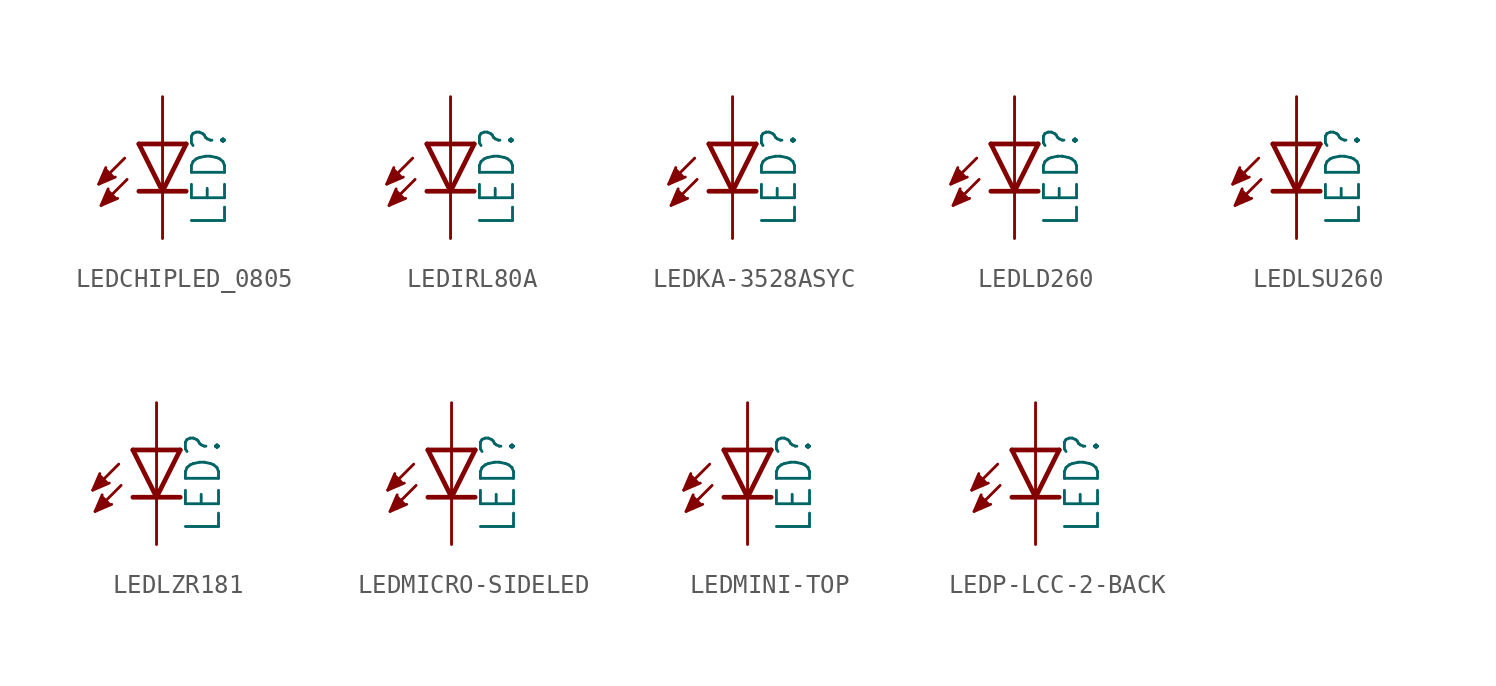
<source format=kicad_sym>
(kicad_symbol_lib
  (version 20231120)
  (generator "kicad_symbol_editor")
  (generator_version "8.0")
  (symbol "LEDCHIPLED_0805"
    (property "Reference" "LED"
      (at 3.556 -4.572 90)
      (effects (font (size 1.778 1.511)) (justify left bottom)))
    (property "Value" ""
      (at 5.715 -4.572 90)
      (effects (font (size 1.778 1.511)) (justify left bottom)))
    (property "ki_locked" ""
      (at 0 0 0)
      (effects (font (size 1.27 1.27))))
    (symbol "LEDCHIPLED_0805_1_0"
      (polyline (pts (xy -2.032 -0.762) (xy -3.429 -2.159)) (stroke (width 0.152) (type solid)) (fill (type none)))
      (polyline (pts (xy -1.905 -1.905) (xy -3.302 -3.302)) (stroke (width 0.152) (type solid)) (fill (type none)))
      (polyline (pts (xy 0 -2.54) (xy -1.27 -2.54)) (stroke (width 0.254) (type solid)) (fill (type none)))
      (polyline (pts (xy 0 -2.54) (xy -1.27 0)) (stroke (width 0.254) (type solid)) (fill (type none)))
      (polyline (pts (xy 0 0) (xy -1.27 0)) (stroke (width 0.254) (type solid)) (fill (type none)))
      (polyline (pts (xy 0 0) (xy 0 -2.54)) (stroke (width 0.152) (type solid)) (fill (type none)))
      (polyline (pts (xy 1.27 -2.54) (xy 0 -2.54)) (stroke (width 0.254) (type solid)) (fill (type none)))
      (polyline (pts (xy 1.27 0) (xy 0 -2.54)) (stroke (width 0.254) (type solid)) (fill (type none)))
      (polyline (pts (xy 1.27 0) (xy 0 0)) (stroke (width 0.254) (type solid)) (fill (type none)))
      (polyline (pts (xy -3.048 -1.27) (xy -3.429 -2.159) (xy -2.54 -1.778)) (stroke (width 0.152) (type solid)) (fill (type outline)))
      (polyline (pts (xy -2.921 -2.413) (xy -3.302 -3.302) (xy -2.413 -2.921)) (stroke (width 0.152) (type solid)) (fill (type outline)))
      (pin passive line (at 0 2.54 270) (length 2.54) (name "A" (effects (font (size 0 0)))) (number "A" (effects (font (size 0 0)))))
      (pin passive line (at 0 -5.08 90) (length 2.54) (name "C" (effects (font (size 0 0)))) (number "C" (effects (font (size 0 0)))))))
  (symbol "LEDIRL80A"
    (property "Reference" "LED"
      (at 3.556 -4.572 90)
      (effects (font (size 1.778 1.511)) (justify left bottom)))
    (property "Value" ""
      (at 5.715 -4.572 90)
      (effects (font (size 1.778 1.511)) (justify left bottom)))
    (property "ki_locked" ""
      (at 0 0 0)
      (effects (font (size 1.27 1.27))))
    (symbol "LEDIRL80A_1_0"
      (polyline (pts (xy -2.032 -0.762) (xy -3.429 -2.159)) (stroke (width 0.152) (type solid)) (fill (type none)))
      (polyline (pts (xy -1.905 -1.905) (xy -3.302 -3.302)) (stroke (width 0.152) (type solid)) (fill (type none)))
      (polyline (pts (xy 0 -2.54) (xy -1.27 -2.54)) (stroke (width 0.254) (type solid)) (fill (type none)))
      (polyline (pts (xy 0 -2.54) (xy -1.27 0)) (stroke (width 0.254) (type solid)) (fill (type none)))
      (polyline (pts (xy 0 0) (xy -1.27 0)) (stroke (width 0.254) (type solid)) (fill (type none)))
      (polyline (pts (xy 0 0) (xy 0 -2.54)) (stroke (width 0.152) (type solid)) (fill (type none)))
      (polyline (pts (xy 1.27 -2.54) (xy 0 -2.54)) (stroke (width 0.254) (type solid)) (fill (type none)))
      (polyline (pts (xy 1.27 0) (xy 0 -2.54)) (stroke (width 0.254) (type solid)) (fill (type none)))
      (polyline (pts (xy 1.27 0) (xy 0 0)) (stroke (width 0.254) (type solid)) (fill (type none)))
      (polyline (pts (xy -3.048 -1.27) (xy -3.429 -2.159) (xy -2.54 -1.778)) (stroke (width 0.152) (type solid)) (fill (type outline)))
      (polyline (pts (xy -2.921 -2.413) (xy -3.302 -3.302) (xy -2.413 -2.921)) (stroke (width 0.152) (type solid)) (fill (type outline)))
      (pin passive line (at 0 2.54 270) (length 2.54) (name "A" (effects (font (size 0 0)))) (number "A" (effects (font (size 0 0)))))
      (pin passive line (at 0 -5.08 90) (length 2.54) (name "C" (effects (font (size 0 0)))) (number "K" (effects (font (size 0 0)))))))
  (symbol "LEDKA-3528ASYC"
    (property "Reference" "LED"
      (at 3.556 -4.572 90)
      (effects (font (size 1.778 1.511)) (justify left bottom)))
    (property "Value" ""
      (at 5.715 -4.572 90)
      (effects (font (size 1.778 1.511)) (justify left bottom)))
    (property "ki_locked" ""
      (at 0 0 0)
      (effects (font (size 1.27 1.27))))
    (symbol "LEDKA-3528ASYC_1_0"
      (polyline (pts (xy -2.032 -0.762) (xy -3.429 -2.159)) (stroke (width 0.152) (type solid)) (fill (type none)))
      (polyline (pts (xy -1.905 -1.905) (xy -3.302 -3.302)) (stroke (width 0.152) (type solid)) (fill (type none)))
      (polyline (pts (xy 0 -2.54) (xy -1.27 -2.54)) (stroke (width 0.254) (type solid)) (fill (type none)))
      (polyline (pts (xy 0 -2.54) (xy -1.27 0)) (stroke (width 0.254) (type solid)) (fill (type none)))
      (polyline (pts (xy 0 0) (xy -1.27 0)) (stroke (width 0.254) (type solid)) (fill (type none)))
      (polyline (pts (xy 0 0) (xy 0 -2.54)) (stroke (width 0.152) (type solid)) (fill (type none)))
      (polyline (pts (xy 1.27 -2.54) (xy 0 -2.54)) (stroke (width 0.254) (type solid)) (fill (type none)))
      (polyline (pts (xy 1.27 0) (xy 0 -2.54)) (stroke (width 0.254) (type solid)) (fill (type none)))
      (polyline (pts (xy 1.27 0) (xy 0 0)) (stroke (width 0.254) (type solid)) (fill (type none)))
      (polyline (pts (xy -3.048 -1.27) (xy -3.429 -2.159) (xy -2.54 -1.778)) (stroke (width 0.152) (type solid)) (fill (type outline)))
      (polyline (pts (xy -2.921 -2.413) (xy -3.302 -3.302) (xy -2.413 -2.921)) (stroke (width 0.152) (type solid)) (fill (type outline)))
      (pin passive line (at 0 2.54 270) (length 2.54) (name "A" (effects (font (size 0 0)))) (number "A" (effects (font (size 0 0)))))
      (pin passive line (at 0 -5.08 90) (length 2.54) (name "C" (effects (font (size 0 0)))) (number "C" (effects (font (size 0 0)))))))
  (symbol "LEDLD260"
    (property "Reference" "LED"
      (at 3.556 -4.572 90)
      (effects (font (size 1.778 1.511)) (justify left bottom)))
    (property "Value" ""
      (at 5.715 -4.572 90)
      (effects (font (size 1.778 1.511)) (justify left bottom)))
    (property "ki_locked" ""
      (at 0 0 0)
      (effects (font (size 1.27 1.27))))
    (symbol "LEDLD260_1_0"
      (polyline (pts (xy -2.032 -0.762) (xy -3.429 -2.159)) (stroke (width 0.152) (type solid)) (fill (type none)))
      (polyline (pts (xy -1.905 -1.905) (xy -3.302 -3.302)) (stroke (width 0.152) (type solid)) (fill (type none)))
      (polyline (pts (xy 0 -2.54) (xy -1.27 -2.54)) (stroke (width 0.254) (type solid)) (fill (type none)))
      (polyline (pts (xy 0 -2.54) (xy -1.27 0)) (stroke (width 0.254) (type solid)) (fill (type none)))
      (polyline (pts (xy 0 0) (xy -1.27 0)) (stroke (width 0.254) (type solid)) (fill (type none)))
      (polyline (pts (xy 0 0) (xy 0 -2.54)) (stroke (width 0.152) (type solid)) (fill (type none)))
      (polyline (pts (xy 1.27 -2.54) (xy 0 -2.54)) (stroke (width 0.254) (type solid)) (fill (type none)))
      (polyline (pts (xy 1.27 0) (xy 0 -2.54)) (stroke (width 0.254) (type solid)) (fill (type none)))
      (polyline (pts (xy 1.27 0) (xy 0 0)) (stroke (width 0.254) (type solid)) (fill (type none)))
      (polyline (pts (xy -3.048 -1.27) (xy -3.429 -2.159) (xy -2.54 -1.778)) (stroke (width 0.152) (type solid)) (fill (type outline)))
      (polyline (pts (xy -2.921 -2.413) (xy -3.302 -3.302) (xy -2.413 -2.921)) (stroke (width 0.152) (type solid)) (fill (type outline)))
      (pin passive line (at 0 2.54 270) (length 2.54) (name "A" (effects (font (size 0 0)))) (number "A" (effects (font (size 0 0)))))
      (pin passive line (at 0 -5.08 90) (length 2.54) (name "C" (effects (font (size 0 0)))) (number "K" (effects (font (size 0 0)))))))
  (symbol "LEDLSU260"
    (property "Reference" "LED"
      (at 3.556 -4.572 90)
      (effects (font (size 1.778 1.511)) (justify left bottom)))
    (property "Value" ""
      (at 5.715 -4.572 90)
      (effects (font (size 1.778 1.511)) (justify left bottom)))
    (property "ki_locked" ""
      (at 0 0 0)
      (effects (font (size 1.27 1.27))))
    (symbol "LEDLSU260_1_0"
      (polyline (pts (xy -2.032 -0.762) (xy -3.429 -2.159)) (stroke (width 0.152) (type solid)) (fill (type none)))
      (polyline (pts (xy -1.905 -1.905) (xy -3.302 -3.302)) (stroke (width 0.152) (type solid)) (fill (type none)))
      (polyline (pts (xy 0 -2.54) (xy -1.27 -2.54)) (stroke (width 0.254) (type solid)) (fill (type none)))
      (polyline (pts (xy 0 -2.54) (xy -1.27 0)) (stroke (width 0.254) (type solid)) (fill (type none)))
      (polyline (pts (xy 0 0) (xy -1.27 0)) (stroke (width 0.254) (type solid)) (fill (type none)))
      (polyline (pts (xy 0 0) (xy 0 -2.54)) (stroke (width 0.152) (type solid)) (fill (type none)))
      (polyline (pts (xy 1.27 -2.54) (xy 0 -2.54)) (stroke (width 0.254) (type solid)) (fill (type none)))
      (polyline (pts (xy 1.27 0) (xy 0 -2.54)) (stroke (width 0.254) (type solid)) (fill (type none)))
      (polyline (pts (xy 1.27 0) (xy 0 0)) (stroke (width 0.254) (type solid)) (fill (type none)))
      (polyline (pts (xy -3.048 -1.27) (xy -3.429 -2.159) (xy -2.54 -1.778)) (stroke (width 0.152) (type solid)) (fill (type outline)))
      (polyline (pts (xy -2.921 -2.413) (xy -3.302 -3.302) (xy -2.413 -2.921)) (stroke (width 0.152) (type solid)) (fill (type outline)))
      (pin passive line (at 0 2.54 270) (length 2.54) (name "A" (effects (font (size 0 0)))) (number "A" (effects (font (size 0 0)))))
      (pin passive line (at 0 -5.08 90) (length 2.54) (name "C" (effects (font (size 0 0)))) (number "K" (effects (font (size 0 0)))))))
  (symbol "LEDLZR181"
    (property "Reference" "LED"
      (at 3.556 -4.572 90)
      (effects (font (size 1.778 1.511)) (justify left bottom)))
    (property "Value" ""
      (at 5.715 -4.572 90)
      (effects (font (size 1.778 1.511)) (justify left bottom)))
    (property "ki_locked" ""
      (at 0 0 0)
      (effects (font (size 1.27 1.27))))
    (symbol "LEDLZR181_1_0"
      (polyline (pts (xy -2.032 -0.762) (xy -3.429 -2.159)) (stroke (width 0.152) (type solid)) (fill (type none)))
      (polyline (pts (xy -1.905 -1.905) (xy -3.302 -3.302)) (stroke (width 0.152) (type solid)) (fill (type none)))
      (polyline (pts (xy 0 -2.54) (xy -1.27 -2.54)) (stroke (width 0.254) (type solid)) (fill (type none)))
      (polyline (pts (xy 0 -2.54) (xy -1.27 0)) (stroke (width 0.254) (type solid)) (fill (type none)))
      (polyline (pts (xy 0 0) (xy -1.27 0)) (stroke (width 0.254) (type solid)) (fill (type none)))
      (polyline (pts (xy 0 0) (xy 0 -2.54)) (stroke (width 0.152) (type solid)) (fill (type none)))
      (polyline (pts (xy 1.27 -2.54) (xy 0 -2.54)) (stroke (width 0.254) (type solid)) (fill (type none)))
      (polyline (pts (xy 1.27 0) (xy 0 -2.54)) (stroke (width 0.254) (type solid)) (fill (type none)))
      (polyline (pts (xy 1.27 0) (xy 0 0)) (stroke (width 0.254) (type solid)) (fill (type none)))
      (polyline (pts (xy -3.048 -1.27) (xy -3.429 -2.159) (xy -2.54 -1.778)) (stroke (width 0.152) (type solid)) (fill (type outline)))
      (polyline (pts (xy -2.921 -2.413) (xy -3.302 -3.302) (xy -2.413 -2.921)) (stroke (width 0.152) (type solid)) (fill (type outline)))
      (pin passive line (at 0 2.54 270) (length 2.54) (name "A" (effects (font (size 0 0)))) (number "A" (effects (font (size 0 0)))))
      (pin passive line (at 0 -5.08 90) (length 2.54) (name "C" (effects (font (size 0 0)))) (number "K" (effects (font (size 0 0)))))))
  (symbol "LEDMICRO-SIDELED"
    (property "Reference" "LED"
      (at 3.556 -4.572 90)
      (effects (font (size 1.778 1.511)) (justify left bottom)))
    (property "Value" ""
      (at 5.715 -4.572 90)
      (effects (font (size 1.778 1.511)) (justify left bottom)))
    (property "ki_locked" ""
      (at 0 0 0)
      (effects (font (size 1.27 1.27))))
    (symbol "LEDMICRO-SIDELED_1_0"
      (polyline (pts (xy -2.032 -0.762) (xy -3.429 -2.159)) (stroke (width 0.152) (type solid)) (fill (type none)))
      (polyline (pts (xy -1.905 -1.905) (xy -3.302 -3.302)) (stroke (width 0.152) (type solid)) (fill (type none)))
      (polyline (pts (xy 0 -2.54) (xy -1.27 -2.54)) (stroke (width 0.254) (type solid)) (fill (type none)))
      (polyline (pts (xy 0 -2.54) (xy -1.27 0)) (stroke (width 0.254) (type solid)) (fill (type none)))
      (polyline (pts (xy 0 0) (xy -1.27 0)) (stroke (width 0.254) (type solid)) (fill (type none)))
      (polyline (pts (xy 0 0) (xy 0 -2.54)) (stroke (width 0.152) (type solid)) (fill (type none)))
      (polyline (pts (xy 1.27 -2.54) (xy 0 -2.54)) (stroke (width 0.254) (type solid)) (fill (type none)))
      (polyline (pts (xy 1.27 0) (xy 0 -2.54)) (stroke (width 0.254) (type solid)) (fill (type none)))
      (polyline (pts (xy 1.27 0) (xy 0 0)) (stroke (width 0.254) (type solid)) (fill (type none)))
      (polyline (pts (xy -3.048 -1.27) (xy -3.429 -2.159) (xy -2.54 -1.778)) (stroke (width 0.152) (type solid)) (fill (type outline)))
      (polyline (pts (xy -2.921 -2.413) (xy -3.302 -3.302) (xy -2.413 -2.921)) (stroke (width 0.152) (type solid)) (fill (type outline)))
      (pin passive line (at 0 2.54 270) (length 2.54) (name "A" (effects (font (size 0 0)))) (number "A" (effects (font (size 0 0)))))
      (pin passive line (at 0 -5.08 90) (length 2.54) (name "C" (effects (font (size 0 0)))) (number "C" (effects (font (size 0 0)))))))
  (symbol "LEDMINI-TOP"
    (property "Reference" "LED"
      (at 3.556 -4.572 90)
      (effects (font (size 1.778 1.511)) (justify left bottom)))
    (property "Value" ""
      (at 5.715 -4.572 90)
      (effects (font (size 1.778 1.511)) (justify left bottom)))
    (property "ki_locked" ""
      (at 0 0 0)
      (effects (font (size 1.27 1.27))))
    (symbol "LEDMINI-TOP_1_0"
      (polyline (pts (xy -2.032 -0.762) (xy -3.429 -2.159)) (stroke (width 0.152) (type solid)) (fill (type none)))
      (polyline (pts (xy -1.905 -1.905) (xy -3.302 -3.302)) (stroke (width 0.152) (type solid)) (fill (type none)))
      (polyline (pts (xy 0 -2.54) (xy -1.27 -2.54)) (stroke (width 0.254) (type solid)) (fill (type none)))
      (polyline (pts (xy 0 -2.54) (xy -1.27 0)) (stroke (width 0.254) (type solid)) (fill (type none)))
      (polyline (pts (xy 0 0) (xy -1.27 0)) (stroke (width 0.254) (type solid)) (fill (type none)))
      (polyline (pts (xy 0 0) (xy 0 -2.54)) (stroke (width 0.152) (type solid)) (fill (type none)))
      (polyline (pts (xy 1.27 -2.54) (xy 0 -2.54)) (stroke (width 0.254) (type solid)) (fill (type none)))
      (polyline (pts (xy 1.27 0) (xy 0 -2.54)) (stroke (width 0.254) (type solid)) (fill (type none)))
      (polyline (pts (xy 1.27 0) (xy 0 0)) (stroke (width 0.254) (type solid)) (fill (type none)))
      (polyline (pts (xy -3.048 -1.27) (xy -3.429 -2.159) (xy -2.54 -1.778)) (stroke (width 0.152) (type solid)) (fill (type outline)))
      (polyline (pts (xy -2.921 -2.413) (xy -3.302 -3.302) (xy -2.413 -2.921)) (stroke (width 0.152) (type solid)) (fill (type outline)))
      (pin passive line (at 0 2.54 270) (length 2.54) (name "A" (effects (font (size 0 0)))) (number "A" (effects (font (size 0 0)))))
      (pin passive line (at 0 -5.08 90) (length 2.54) (name "C" (effects (font (size 0 0)))) (number "C" (effects (font (size 0 0)))))))
  (symbol "LEDP-LCC-2-BACK"
    (property "Reference" "LED"
      (at 3.556 -4.572 90)
      (effects (font (size 1.778 1.511)) (justify left bottom)))
    (property "Value" ""
      (at 5.715 -4.572 90)
      (effects (font (size 1.778 1.511)) (justify left bottom)))
    (property "ki_locked" ""
      (at 0 0 0)
      (effects (font (size 1.27 1.27))))
    (symbol "LEDP-LCC-2-BACK_1_0"
      (polyline (pts (xy -2.032 -0.762) (xy -3.429 -2.159)) (stroke (width 0.152) (type solid)) (fill (type none)))
      (polyline (pts (xy -1.905 -1.905) (xy -3.302 -3.302)) (stroke (width 0.152) (type solid)) (fill (type none)))
      (polyline (pts (xy 0 -2.54) (xy -1.27 -2.54)) (stroke (width 0.254) (type solid)) (fill (type none)))
      (polyline (pts (xy 0 -2.54) (xy -1.27 0)) (stroke (width 0.254) (type solid)) (fill (type none)))
      (polyline (pts (xy 0 0) (xy -1.27 0)) (stroke (width 0.254) (type solid)) (fill (type none)))
      (polyline (pts (xy 0 0) (xy 0 -2.54)) (stroke (width 0.152) (type solid)) (fill (type none)))
      (polyline (pts (xy 1.27 -2.54) (xy 0 -2.54)) (stroke (width 0.254) (type solid)) (fill (type none)))
      (polyline (pts (xy 1.27 0) (xy 0 -2.54)) (stroke (width 0.254) (type solid)) (fill (type none)))
      (polyline (pts (xy 1.27 0) (xy 0 0)) (stroke (width 0.254) (type solid)) (fill (type none)))
      (polyline (pts (xy -3.048 -1.27) (xy -3.429 -2.159) (xy -2.54 -1.778)) (stroke (width 0.152) (type solid)) (fill (type outline)))
      (polyline (pts (xy -2.921 -2.413) (xy -3.302 -3.302) (xy -2.413 -2.921)) (stroke (width 0.152) (type solid)) (fill (type outline)))
      (pin passive line (at 0 2.54 270) (length 2.54) (name "A" (effects (font (size 0 0)))) (number "A" (effects (font (size 0 0)))))
      (pin passive line (at 0 -5.08 90) (length 2.54) (name "C" (effects (font (size 0 0)))) (number "C" (effects (font (size 0 0))))))))
</source>
